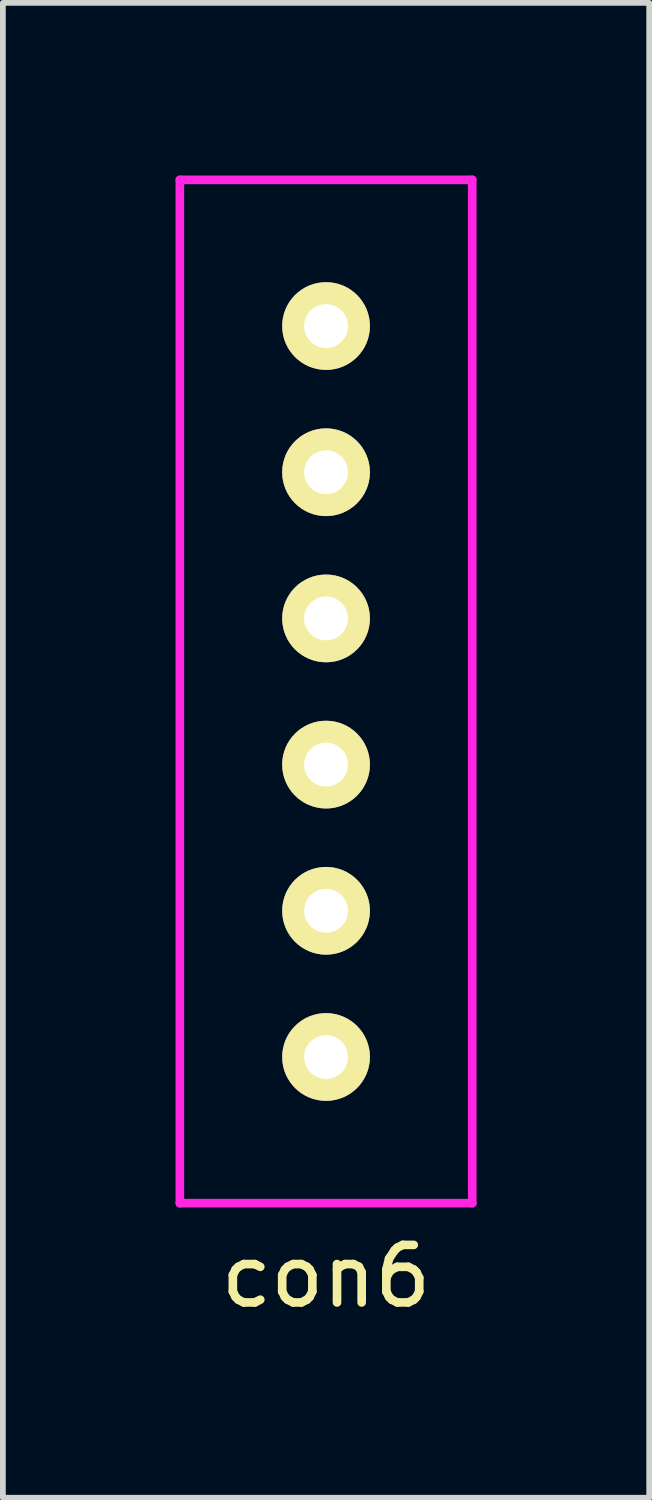
<source format=kicad_pcb>
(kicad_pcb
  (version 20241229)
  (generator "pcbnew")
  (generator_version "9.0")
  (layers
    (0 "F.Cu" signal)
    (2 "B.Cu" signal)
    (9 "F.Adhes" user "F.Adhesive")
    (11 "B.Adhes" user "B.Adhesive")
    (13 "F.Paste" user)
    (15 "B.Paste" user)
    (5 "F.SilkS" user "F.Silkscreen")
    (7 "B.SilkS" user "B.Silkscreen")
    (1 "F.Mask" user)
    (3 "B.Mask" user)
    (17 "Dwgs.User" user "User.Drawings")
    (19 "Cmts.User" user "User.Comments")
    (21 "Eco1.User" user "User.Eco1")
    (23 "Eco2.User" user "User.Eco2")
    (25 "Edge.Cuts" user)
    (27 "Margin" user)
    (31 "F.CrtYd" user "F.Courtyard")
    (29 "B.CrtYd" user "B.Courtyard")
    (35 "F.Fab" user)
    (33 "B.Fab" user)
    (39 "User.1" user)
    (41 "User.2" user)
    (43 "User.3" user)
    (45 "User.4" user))
  (footprint "con6"
    (layer "F.Cu")
    (at 2.615 8.965)
    (property "Reference" "con6" (at 0 10.16 0) (layer "F.SilkS") (effects (font (size 1 1) (thickness 0.15))))
    (attr through_hole)
    (fp_line (start -2.54 -8.89) (end 2.54 -8.89) (stroke (width 0.15) (type solid)) (layer "F.CrtYd"))
    (fp_line (start -2.54 8.89) (end -2.54 -8.89) (stroke (width 0.15) (type solid)) (layer "F.CrtYd"))
    (fp_line (start 2.54 -8.89) (end 2.54 8.89) (stroke (width 0.15) (type solid)) (layer "F.CrtYd"))
    (fp_line (start 2.54 8.89) (end -2.54 8.89) (stroke (width 0.15) (type solid)) (layer "F.CrtYd"))
    (pad "1" thru_hole circle (at 0 -6.35) (size 1.524 1.524) (drill 0.762) (layers "*.Cu" "*.Mask" "F.SilkS"))
    (pad "2" thru_hole circle (at 0 -3.81) (size 1.524 1.524) (drill 0.762) (layers "*.Cu" "*.Mask" "F.SilkS"))
    (pad "3" thru_hole circle (at 0 -1.27) (size 1.524 1.524) (drill 0.762) (layers "*.Cu" "*.Mask" "F.SilkS"))
    (pad "4" thru_hole circle (at 0 1.27) (size 1.524 1.524) (drill 0.762) (layers "*.Cu" "*.Mask" "F.SilkS"))
    (pad "5" thru_hole circle (at 0 3.81) (size 1.524 1.524) (drill 0.762) (layers "*.Cu" "*.Mask" "F.SilkS"))
    (pad "6" thru_hole circle (at 0 6.35) (size 1.524 1.524) (drill 0.762) (layers "*.Cu" "*.Mask" "F.SilkS")))
  (gr_rect
    (start -3 -3)
    (end 8.23 22.973)
    (stroke (width 0.1) (type default))
    (fill no)
    (layer "Edge.Cuts")))
</source>
